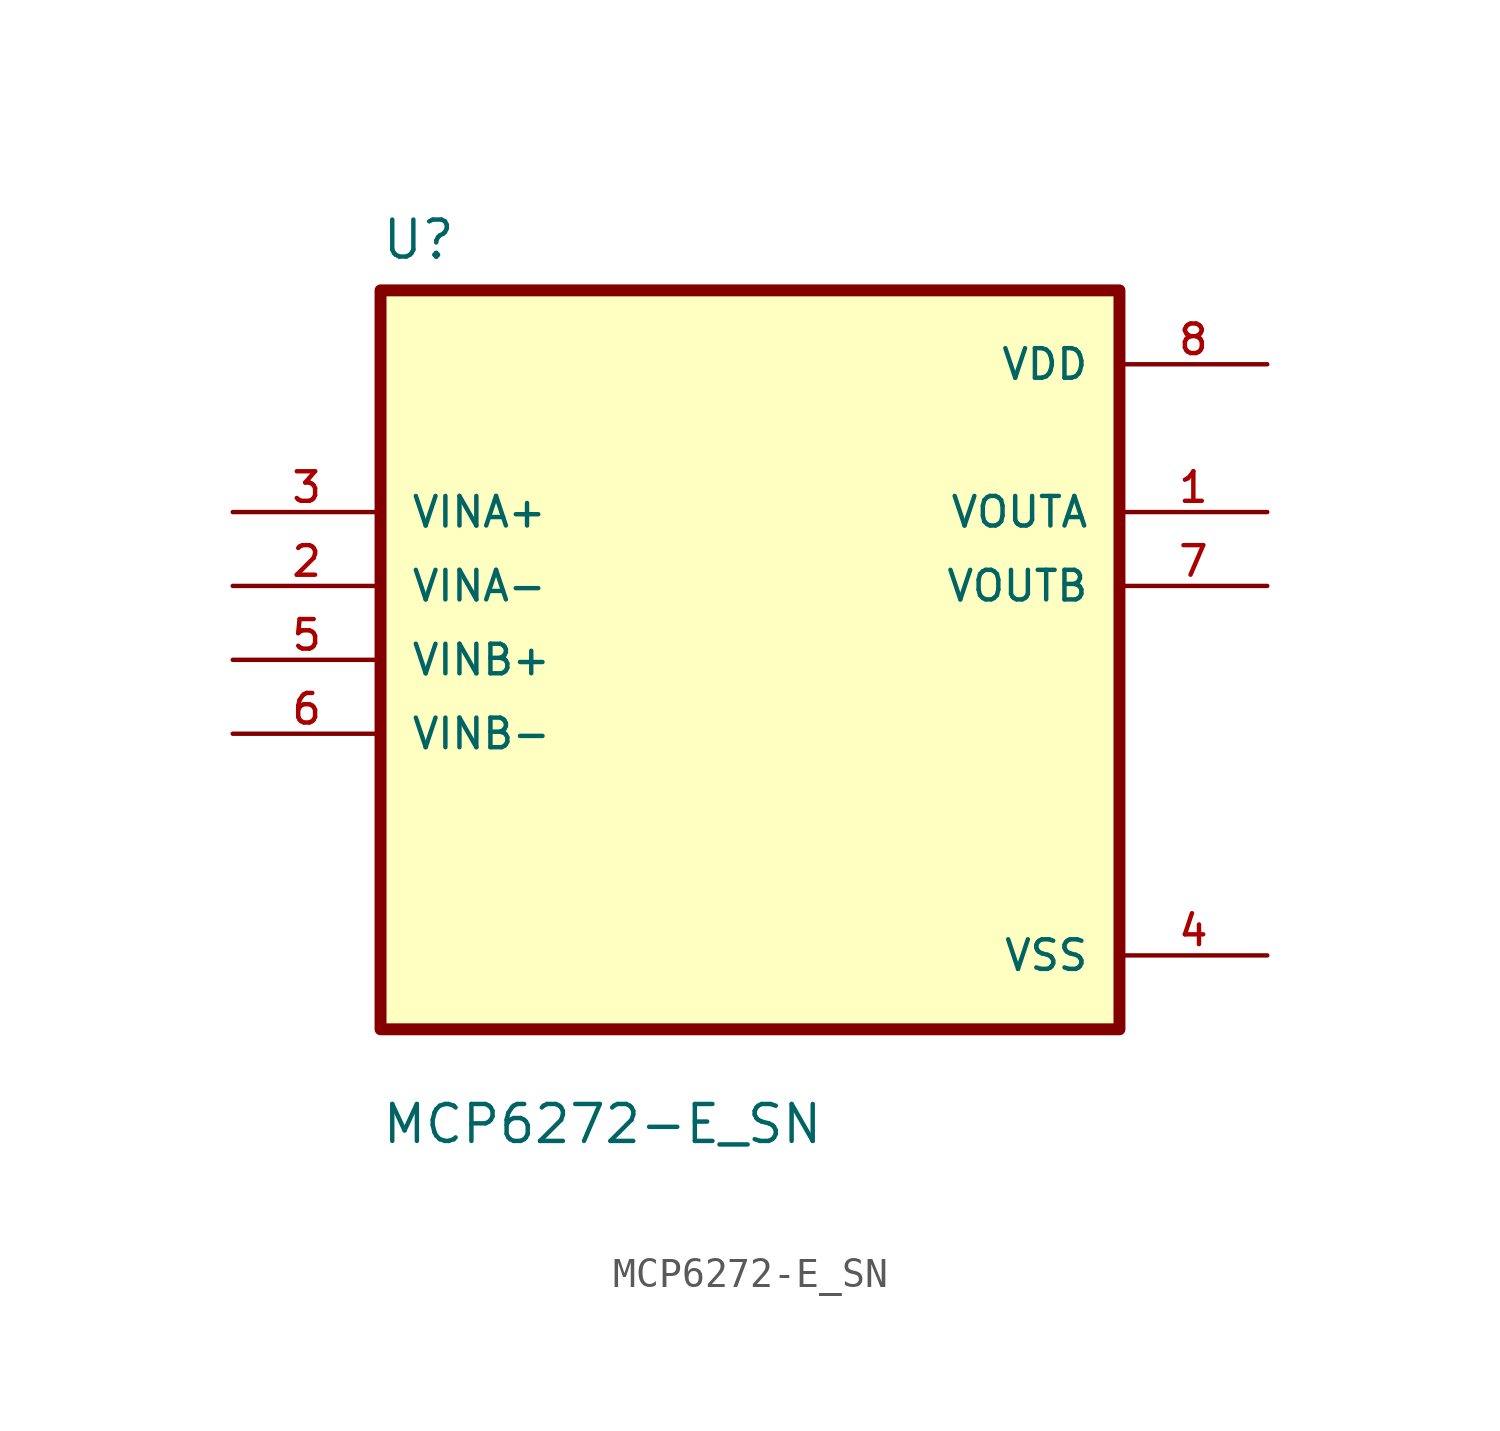
<source format=kicad_sym>
(kicad_symbol_lib
  (version 20211014)
  (generator kicad_symbol_editor)
  (symbol "MCP6272-E_SN"
    (pin_names
      (offset 1.016))
    (property "Reference" "U"
      (at -12.7 13.7 0.0)
      (effects (font (size 1.27 1.27)) (justify bottom left)))
    (property "Value" "MCP6272-E_SN"
      (at -12.7 -16.7 0.0)
      (effects (font (size 1.27 1.27)) (justify bottom left)))
    (symbol "MCP6272-E_SN_0_0"
      (rectangle (start -12.7 -12.7) (end 12.7 12.7) (stroke (width 0.41)) (fill (type background)))
      (pin input line (at -17.78 5.08 0) (length 5.08) (name "VINA+" (effects (font (size 1.016 1.016)))) (number "3" (effects (font (size 1.016 1.016)))))
      (pin input line (at -17.78 2.54 0) (length 5.08) (name "VINA-" (effects (font (size 1.016 1.016)))) (number "2" (effects (font (size 1.016 1.016)))))
      (pin input line (at -17.78 -8.88178e-16 0) (length 5.08) (name "VINB+" (effects (font (size 1.016 1.016)))) (number "5" (effects (font (size 1.016 1.016)))))
      (pin input line (at -17.78 -2.54 0) (length 5.08) (name "VINB-" (effects (font (size 1.016 1.016)))) (number "6" (effects (font (size 1.016 1.016)))))
      (pin power_in line (at 17.78 10.16 180.0) (length 5.08) (name "VDD" (effects (font (size 1.016 1.016)))) (number "8" (effects (font (size 1.016 1.016)))))
      (pin output line (at 17.78 5.08 180.0) (length 5.08) (name "VOUTA" (effects (font (size 1.016 1.016)))) (number "1" (effects (font (size 1.016 1.016)))))
      (pin output line (at 17.78 2.54 180.0) (length 5.08) (name "VOUTB" (effects (font (size 1.016 1.016)))) (number "7" (effects (font (size 1.016 1.016)))))
      (pin power_in line (at 17.78 -10.16 180.0) (length 5.08) (name "VSS" (effects (font (size 1.016 1.016)))) (number "4" (effects (font (size 1.016 1.016))))))))
</source>
